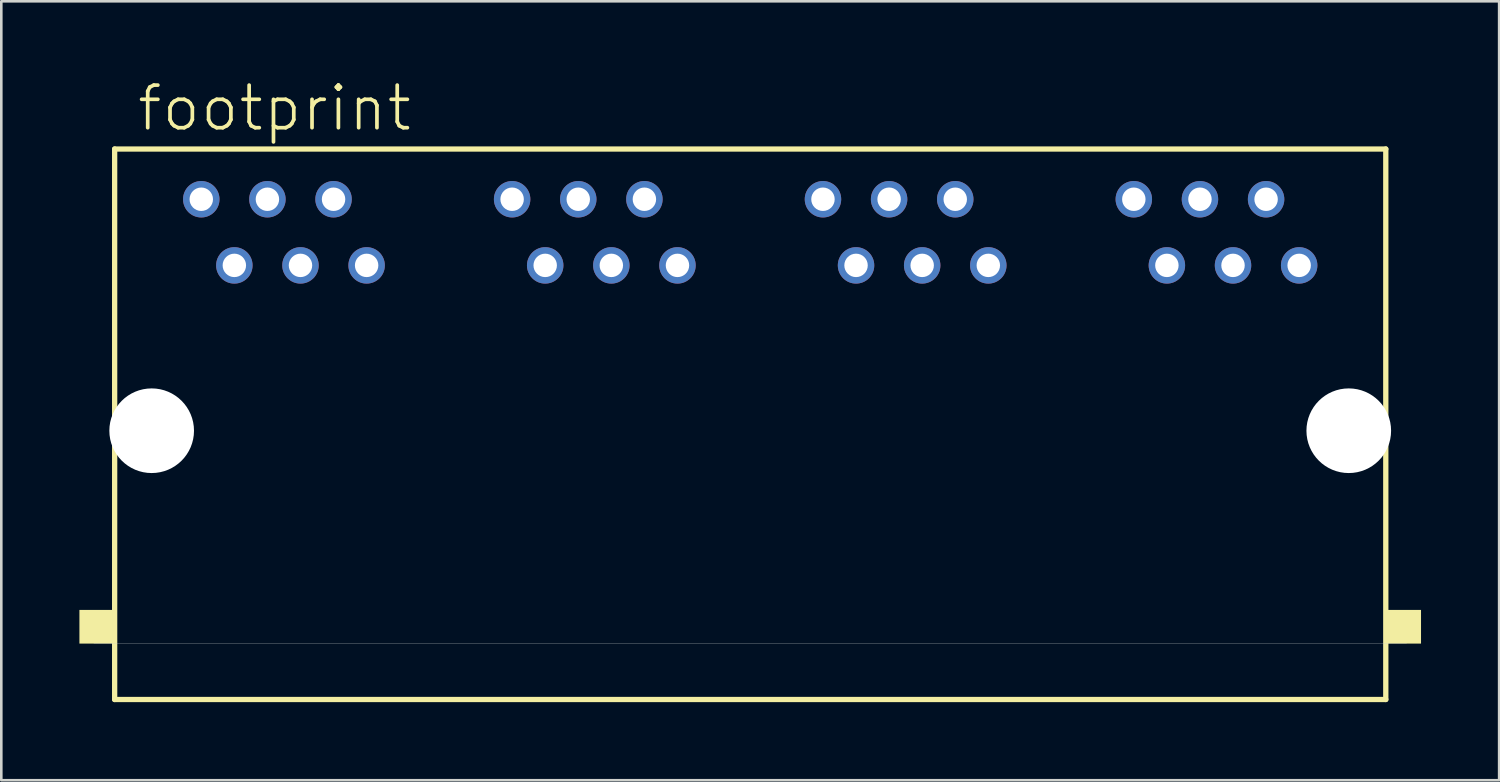
<source format=kicad_pcb>
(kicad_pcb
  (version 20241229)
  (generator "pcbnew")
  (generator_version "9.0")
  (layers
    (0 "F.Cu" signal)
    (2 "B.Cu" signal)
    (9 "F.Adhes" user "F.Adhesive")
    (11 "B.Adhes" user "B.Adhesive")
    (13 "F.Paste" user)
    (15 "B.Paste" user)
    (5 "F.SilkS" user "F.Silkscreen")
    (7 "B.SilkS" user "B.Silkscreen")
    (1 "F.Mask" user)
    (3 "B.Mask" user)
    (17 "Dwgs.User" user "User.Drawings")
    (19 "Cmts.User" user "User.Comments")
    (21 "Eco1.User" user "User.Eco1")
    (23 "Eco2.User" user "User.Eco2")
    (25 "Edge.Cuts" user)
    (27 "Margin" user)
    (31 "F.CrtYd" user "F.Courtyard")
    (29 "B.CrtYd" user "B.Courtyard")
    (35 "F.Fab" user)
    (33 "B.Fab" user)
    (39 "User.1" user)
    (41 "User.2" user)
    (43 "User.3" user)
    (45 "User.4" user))
  (footprint "footprint"
    (layer "F.Cu")
    (at 25.762 13.492)
    (property "Reference" "footprint" (at -23.622 -11.43 0) (layer "F.SilkS") (effects (font (size 1.636 1.636) (thickness 0.142)) (justify left bottom)))
    (fp_line (start -24.409 -10.819) (end 24.409 -10.819) (stroke (width 0.203) (type solid)) (layer "F.SilkS"))
    (fp_line (start -24.409 10.322) (end -24.409 -10.819) (stroke (width 0.203) (type solid)) (layer "F.SilkS"))
    (fp_line (start 24.409 -10.819) (end 24.409 10.322) (stroke (width 0.203) (type solid)) (layer "F.SilkS"))
    (fp_line (start 24.409 10.322) (end -24.409 10.322) (stroke (width 0.203) (type solid)) (layer "F.SilkS"))
    (fp_poly (pts (xy -25.762 8.175) (xy -24.482 8.175) (xy -24.482 6.882) (xy -25.762 6.882)) (stroke (width 0) (type solid)) (fill yes) (layer "F.SilkS"))
    (fp_poly (pts (xy 24.482 8.175) (xy 25.762 8.175) (xy 25.762 6.882) (xy 24.482 6.882)) (stroke (width 0) (type solid)) (fill yes) (layer "F.SilkS"))
    (fp_line (start 25.209 8.18) (end -25.209 8.18) (stroke (width 0.01) (type solid)) (layer "Edge.Cuts"))
    (pad "" np_thru_hole circle (at -22.987 0) (size 3.251 3.251) (drill 3.251) (layers "*.Cu" "*.Mask"))
    (pad "" np_thru_hole circle (at 22.987 0) (size 3.251 3.251) (drill 3.251) (layers "*.Cu" "*.Mask"))
    (pad "1-1" thru_hole circle (at -21.082 -8.89) (size 1.4 1.4) (drill 0.9) (layers "*.Cu" "*.Mask"))
    (pad "1-2" thru_hole circle (at -19.812 -6.35) (size 1.4 1.4) (drill 0.9) (layers "*.Cu" "*.Mask"))
    (pad "1-3" thru_hole circle (at -18.542 -8.89) (size 1.4 1.4) (drill 0.9) (layers "*.Cu" "*.Mask"))
    (pad "1-4" thru_hole circle (at -17.272 -6.35) (size 1.4 1.4) (drill 0.9) (layers "*.Cu" "*.Mask"))
    (pad "1-5" thru_hole circle (at -16.002 -8.89) (size 1.4 1.4) (drill 0.9) (layers "*.Cu" "*.Mask"))
    (pad "1-6" thru_hole circle (at -14.732 -6.35) (size 1.4 1.4) (drill 0.9) (layers "*.Cu" "*.Mask"))
    (pad "2-1" thru_hole circle (at -9.144 -8.89) (size 1.4 1.4) (drill 0.9) (layers "*.Cu" "*.Mask"))
    (pad "2-2" thru_hole circle (at -7.874 -6.35) (size 1.4 1.4) (drill 0.9) (layers "*.Cu" "*.Mask"))
    (pad "2-3" thru_hole circle (at -6.604 -8.89) (size 1.4 1.4) (drill 0.9) (layers "*.Cu" "*.Mask"))
    (pad "2-4" thru_hole circle (at -5.334 -6.35) (size 1.4 1.4) (drill 0.9) (layers "*.Cu" "*.Mask"))
    (pad "2-5" thru_hole circle (at -4.064 -8.89) (size 1.4 1.4) (drill 0.9) (layers "*.Cu" "*.Mask"))
    (pad "2-6" thru_hole circle (at -2.794 -6.35) (size 1.4 1.4) (drill 0.9) (layers "*.Cu" "*.Mask"))
    (pad "3-1" thru_hole circle (at 2.794 -8.89) (size 1.4 1.4) (drill 0.9) (layers "*.Cu" "*.Mask"))
    (pad "3-2" thru_hole circle (at 4.064 -6.35) (size 1.4 1.4) (drill 0.9) (layers "*.Cu" "*.Mask"))
    (pad "3-3" thru_hole circle (at 5.334 -8.89) (size 1.4 1.4) (drill 0.9) (layers "*.Cu" "*.Mask"))
    (pad "3-4" thru_hole circle (at 6.604 -6.35) (size 1.4 1.4) (drill 0.9) (layers "*.Cu" "*.Mask"))
    (pad "3-5" thru_hole circle (at 7.874 -8.89) (size 1.4 1.4) (drill 0.9) (layers "*.Cu" "*.Mask"))
    (pad "3-6" thru_hole circle (at 9.144 -6.35) (size 1.4 1.4) (drill 0.9) (layers "*.Cu" "*.Mask"))
    (pad "4-1" thru_hole circle (at 14.732 -8.89) (size 1.4 1.4) (drill 0.9) (layers "*.Cu" "*.Mask"))
    (pad "4-2" thru_hole circle (at 16.002 -6.35) (size 1.4 1.4) (drill 0.9) (layers "*.Cu" "*.Mask"))
    (pad "4-3" thru_hole circle (at 17.272 -8.89) (size 1.4 1.4) (drill 0.9) (layers "*.Cu" "*.Mask"))
    (pad "4-4" thru_hole circle (at 18.542 -6.35) (size 1.4 1.4) (drill 0.9) (layers "*.Cu" "*.Mask"))
    (pad "4-5" thru_hole circle (at 19.812 -8.89) (size 1.4 1.4) (drill 0.9) (layers "*.Cu" "*.Mask"))
    (pad "4-6" thru_hole circle (at 21.082 -6.35) (size 1.4 1.4) (drill 0.9) (layers "*.Cu" "*.Mask")))
  (gr_rect
    (start -3 -3)
    (end 54.524 26.916)
    (stroke (width 0.1) (type default))
    (fill no)
    (layer "Edge.Cuts")))
</source>
